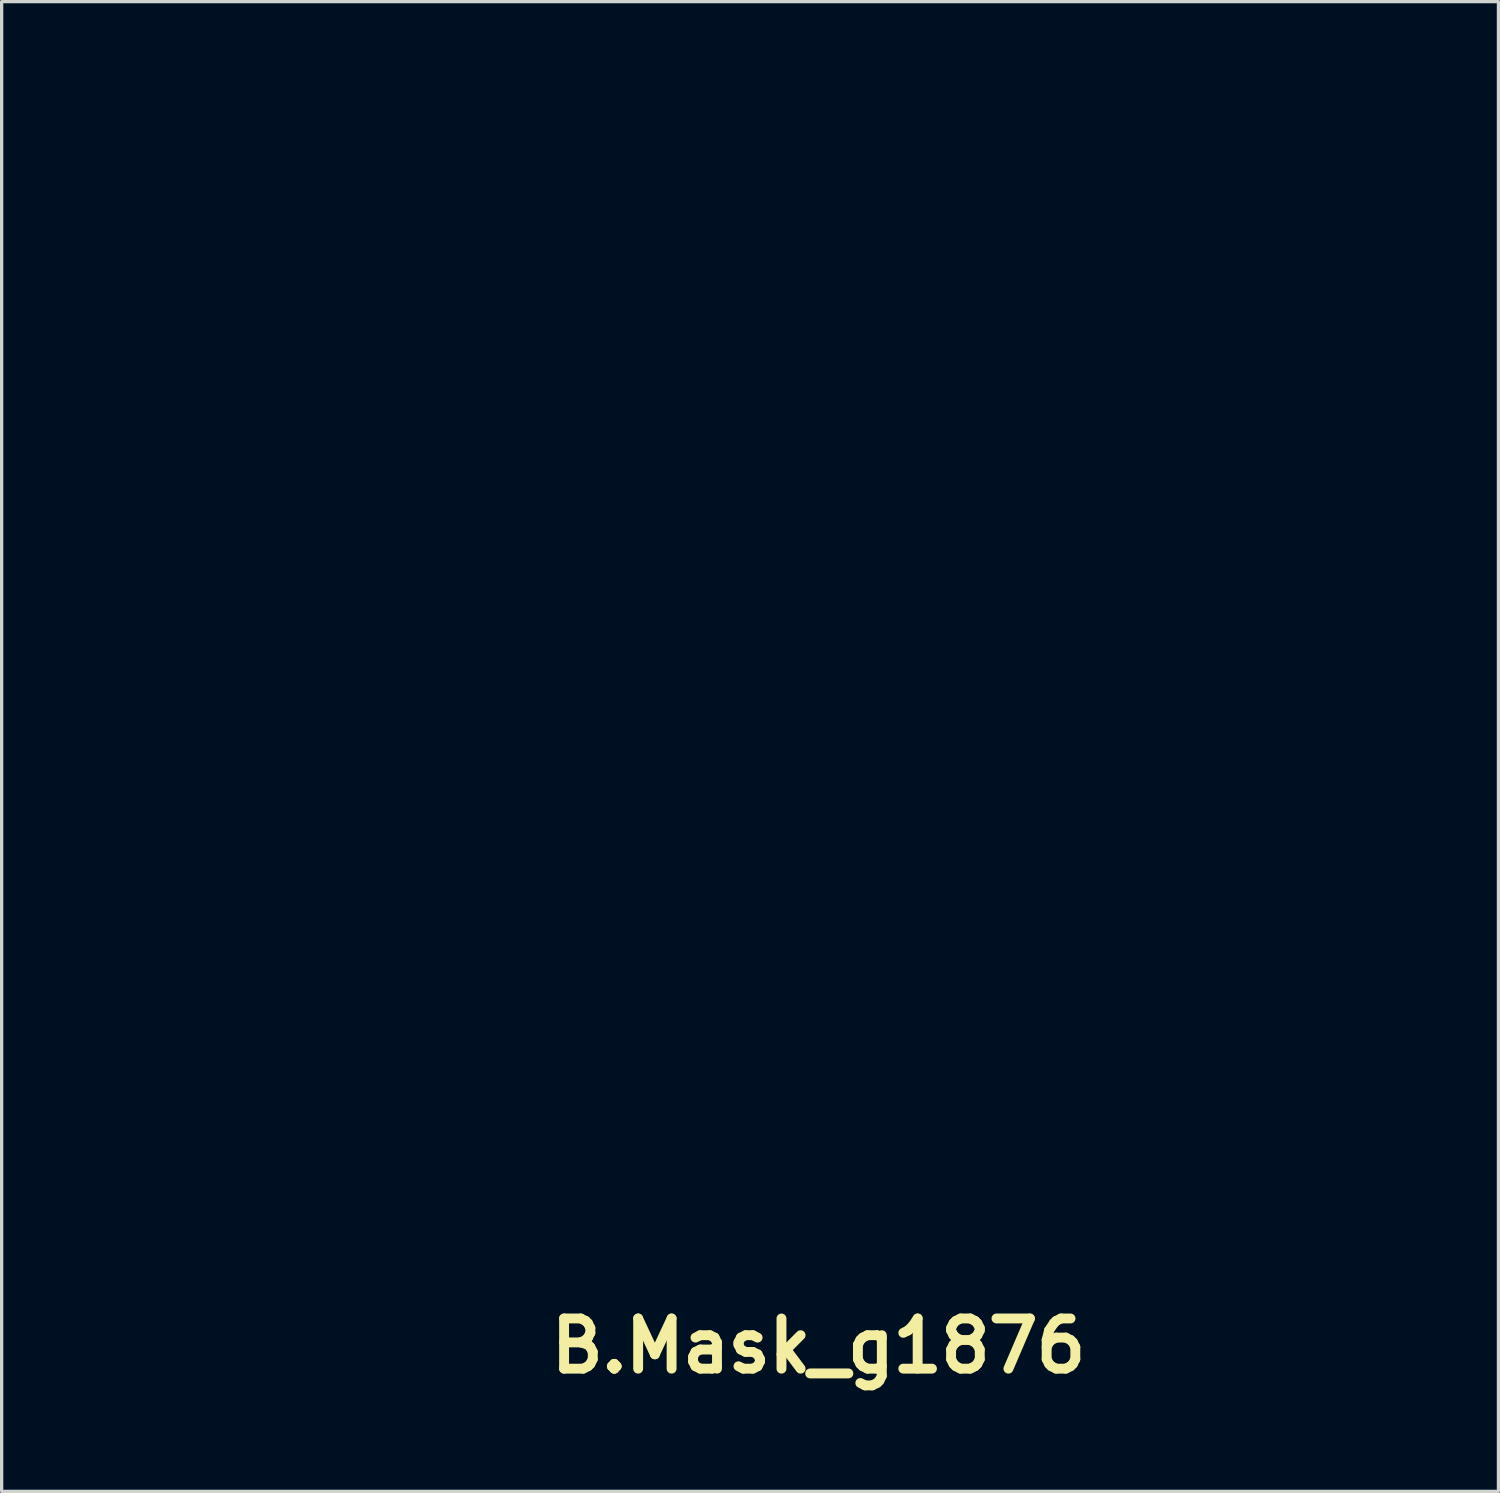
<source format=kicad_pcb>
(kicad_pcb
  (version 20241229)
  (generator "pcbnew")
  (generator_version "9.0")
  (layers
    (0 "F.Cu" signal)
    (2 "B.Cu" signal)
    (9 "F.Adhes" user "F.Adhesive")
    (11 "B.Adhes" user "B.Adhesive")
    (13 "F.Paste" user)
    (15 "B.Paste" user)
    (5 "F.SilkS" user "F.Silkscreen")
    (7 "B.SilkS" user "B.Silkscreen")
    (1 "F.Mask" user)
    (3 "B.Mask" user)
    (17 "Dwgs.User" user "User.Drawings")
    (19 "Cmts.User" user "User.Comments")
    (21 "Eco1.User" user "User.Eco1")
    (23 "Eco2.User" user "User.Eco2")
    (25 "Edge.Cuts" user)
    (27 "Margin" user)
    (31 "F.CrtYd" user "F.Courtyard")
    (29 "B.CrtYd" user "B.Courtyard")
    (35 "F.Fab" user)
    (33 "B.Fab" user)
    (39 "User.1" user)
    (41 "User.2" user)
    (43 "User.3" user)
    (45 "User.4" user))
  (footprint "B.Mask_g1876"
    (layer "F.Cu")
    (at 21.815 37.838)
    (property "Reference" "B.Mask_g1876" (at 0 0 0) (layer "F.SilkS") (effects (font (size 1.524 1.524) (thickness 0.3))))
    (attr through_hole)
    (fp_poly (pts (xy -18.913 -17.765) (xy -18.775 -17.756) (xy -18.656 -17.738) (xy -18.544 -17.707) (xy -18.428 -17.662) (xy -18.309 -17.607) (xy -18.117 -17.49) (xy -17.948 -17.341) (xy -17.806 -17.163) (xy -17.694 -16.963) (xy -17.618 -16.745) (xy -17.601 -16.675) (xy -17.571 -16.42) (xy -17.58 -16.155) (xy -17.629 -15.883) (xy -17.716 -15.607) (xy -17.817 -15.378) (xy -17.968 -15.115) (xy -18.156 -14.861) (xy -18.374 -14.62) (xy -18.615 -14.398) (xy -18.875 -14.203) (xy -19.146 -14.039) (xy -19.197 -14.013) (xy -19.458 -13.898) (xy -19.727 -13.812) (xy -19.997 -13.754) (xy -20.259 -13.728) (xy -20.505 -13.734) (xy -20.543 -13.738) (xy -20.79 -13.787) (xy -21.017 -13.87) (xy -21.222 -13.985) (xy -21.399 -14.131) (xy -21.43 -14.163) (xy -21.583 -14.354) (xy -21.697 -14.562) (xy -21.773 -14.787) (xy -21.81 -15.028) (xy -21.808 -15.285) (xy -21.768 -15.555) (xy -21.727 -15.718) (xy -21.625 -15.996) (xy -21.486 -16.269) (xy -21.312 -16.532) (xy -21.109 -16.781) (xy -20.88 -17.011) (xy -20.631 -17.218) (xy -20.364 -17.397) (xy -20.084 -17.543) (xy -19.973 -17.591) (xy -19.779 -17.662) (xy -19.605 -17.712) (xy -19.437 -17.745) (xy -19.26 -17.762) (xy -19.082 -17.767) (xy -18.913 -17.765)) (stroke (width 0.01) (type solid)) (fill yes) (layer "B.Mask"))
    (fp_poly (pts (xy 5.321 -37.827) (xy 5.46 -37.815) (xy 5.606 -37.799) (xy 5.751 -37.778) (xy 5.887 -37.754) (xy 5.995 -37.73) (xy 6.333 -37.633) (xy 6.68 -37.516) (xy 7.029 -37.379) (xy 7.374 -37.228) (xy 7.705 -37.066) (xy 8.015 -36.896) (xy 8.297 -36.722) (xy 8.514 -36.569) (xy 8.596 -36.505) (xy 8.663 -36.446) (xy 8.721 -36.385) (xy 8.775 -36.313) (xy 8.833 -36.224) (xy 8.9 -36.109) (xy 8.949 -36.022) (xy 9.008 -35.917) (xy 9.067 -35.815) (xy 9.118 -35.729) (xy 9.157 -35.667) (xy 9.164 -35.658) (xy 9.235 -35.571) (xy 9.301 -35.525) (xy 9.365 -35.521) (xy 9.426 -35.557) (xy 9.44 -35.57) (xy 9.464 -35.599) (xy 9.477 -35.63) (xy 9.482 -35.674) (xy 9.48 -35.742) (xy 9.476 -35.797) (xy 9.463 -35.906) (xy 9.435 -36.044) (xy 9.393 -36.215) (xy 9.346 -36.383) (xy 9.286 -36.6) (xy 9.242 -36.783) (xy 9.212 -36.936) (xy 9.195 -37.065) (xy 9.192 -37.173) (xy 9.2 -37.266) (xy 9.204 -37.285) (xy 9.241 -37.413) (xy 9.297 -37.507) (xy 9.375 -37.574) (xy 9.408 -37.592) (xy 9.473 -37.619) (xy 9.524 -37.626) (xy 9.583 -37.615) (xy 9.585 -37.614) (xy 9.673 -37.58) (xy 9.772 -37.521) (xy 9.884 -37.434) (xy 10.013 -37.318) (xy 10.162 -37.17) (xy 10.215 -37.115) (xy 10.398 -36.918) (xy 10.551 -36.743) (xy 10.68 -36.584) (xy 10.786 -36.438) (xy 10.875 -36.298) (xy 10.949 -36.16) (xy 11.008 -36.031) (xy 11.046 -35.935) (xy 11.078 -35.847) (xy 11.103 -35.761) (xy 11.124 -35.67) (xy 11.14 -35.57) (xy 11.154 -35.452) (xy 11.165 -35.312) (xy 11.175 -35.143) (xy 11.184 -34.94) (xy 11.186 -34.893) (xy 11.2 -34.617) (xy 11.216 -34.379) (xy 11.235 -34.175) (xy 11.257 -34) (xy 11.285 -33.85) (xy 11.317 -33.72) (xy 11.355 -33.606) (xy 11.4 -33.505) (xy 11.439 -33.434) (xy 11.498 -33.352) (xy 11.565 -33.287) (xy 11.632 -33.246) (xy 11.688 -33.235) (xy 11.728 -33.251) (xy 11.76 -33.286) (xy 11.785 -33.347) (xy 11.804 -33.437) (xy 11.818 -33.56) (xy 11.828 -33.721) (xy 11.829 -33.732) (xy 11.836 -33.865) (xy 11.844 -33.965) (xy 11.854 -34.042) (xy 11.867 -34.105) (xy 11.885 -34.163) (xy 11.904 -34.21) (xy 11.965 -34.352) (xy 12.02 -34.455) (xy 12.071 -34.522) (xy 12.12 -34.556) (xy 12.171 -34.56) (xy 12.223 -34.536) (xy 12.273 -34.491) (xy 12.338 -34.412) (xy 12.417 -34.304) (xy 12.505 -34.174) (xy 12.6 -34.024) (xy 12.699 -33.86) (xy 12.8 -33.688) (xy 12.899 -33.511) (xy 12.994 -33.335) (xy 13.082 -33.165) (xy 13.16 -33.005) (xy 13.225 -32.861) (xy 13.274 -32.736) (xy 13.289 -32.693) (xy 13.308 -32.632) (xy 13.326 -32.558) (xy 13.345 -32.47) (xy 13.366 -32.363) (xy 13.388 -32.233) (xy 13.412 -32.077) (xy 13.439 -31.892) (xy 13.47 -31.673) (xy 13.506 -31.417) (xy 13.518 -31.327) (xy 13.551 -31.111) (xy 13.589 -30.931) (xy 13.634 -30.781) (xy 13.687 -30.656) (xy 13.751 -30.547) (xy 13.828 -30.451) (xy 13.842 -30.436) (xy 13.919 -30.373) (xy 13.991 -30.353) (xy 14.058 -30.374) (xy 14.121 -30.437) (xy 14.168 -30.514) (xy 14.183 -30.556) (xy 14.204 -30.632) (xy 14.229 -30.732) (xy 14.255 -30.85) (xy 14.278 -30.955) (xy 14.312 -31.118) (xy 14.34 -31.247) (xy 14.366 -31.347) (xy 14.39 -31.427) (xy 14.416 -31.493) (xy 14.444 -31.552) (xy 14.468 -31.594) (xy 14.52 -31.667) (xy 14.588 -31.74) (xy 14.661 -31.803) (xy 14.728 -31.847) (xy 14.767 -31.862) (xy 14.865 -31.86) (xy 14.963 -31.821) (xy 15.056 -31.749) (xy 15.137 -31.649) (xy 15.185 -31.561) (xy 15.211 -31.493) (xy 15.246 -31.392) (xy 15.286 -31.266) (xy 15.329 -31.123) (xy 15.372 -30.972) (xy 15.415 -30.821) (xy 15.453 -30.677) (xy 15.485 -30.549) (xy 15.508 -30.446) (xy 15.509 -30.44) (xy 15.528 -30.305) (xy 15.54 -30.142) (xy 15.545 -29.96) (xy 15.542 -29.774) (xy 15.532 -29.594) (xy 15.514 -29.433) (xy 15.508 -29.39) (xy 15.466 -29.179) (xy 15.407 -28.936) (xy 15.331 -28.661) (xy 15.237 -28.35) (xy 15.166 -28.131) (xy 15.094 -27.907) (xy 15.036 -27.717) (xy 14.992 -27.557) (xy 14.961 -27.421) (xy 14.941 -27.304) (xy 14.932 -27.202) (xy 14.933 -27.109) (xy 14.942 -27.019) (xy 14.946 -26.992) (xy 14.98 -26.868) (xy 15.031 -26.781) (xy 15.102 -26.73) (xy 15.194 -26.712) (xy 15.196 -26.712) (xy 15.317 -26.732) (xy 15.447 -26.788) (xy 15.584 -26.879) (xy 15.717 -26.997) (xy 15.811 -27.098) (xy 15.904 -27.215) (xy 16 -27.353) (xy 16.103 -27.517) (xy 16.218 -27.713) (xy 16.256 -27.781) (xy 16.39 -28.013) (xy 16.513 -28.206) (xy 16.626 -28.362) (xy 16.73 -28.483) (xy 16.827 -28.571) (xy 16.868 -28.599) (xy 16.951 -28.644) (xy 17.017 -28.657) (xy 17.076 -28.639) (xy 17.11 -28.616) (xy 17.15 -28.574) (xy 17.182 -28.513) (xy 17.206 -28.431) (xy 17.224 -28.321) (xy 17.236 -28.178) (xy 17.244 -27.998) (xy 17.245 -27.993) (xy 17.24 -27.616) (xy 17.201 -27.253) (xy 17.126 -26.895) (xy 17.014 -26.532) (xy 16.964 -26.398) (xy 16.903 -26.247) (xy 16.842 -26.11) (xy 16.779 -25.981) (xy 16.708 -25.854) (xy 16.627 -25.722) (xy 16.531 -25.578) (xy 16.417 -25.417) (xy 16.281 -25.232) (xy 16.231 -25.166) (xy 16.089 -24.975) (xy 15.973 -24.811) (xy 15.88 -24.669) (xy 15.807 -24.546) (xy 15.752 -24.436) (xy 15.713 -24.336) (xy 15.687 -24.24) (xy 15.672 -24.144) (xy 15.669 -24.104) (xy 15.669 -23.961) (xy 15.69 -23.848) (xy 15.732 -23.766) (xy 15.793 -23.718) (xy 15.853 -23.707) (xy 15.891 -23.712) (xy 15.938 -23.73) (xy 15.998 -23.762) (xy 16.076 -23.812) (xy 16.174 -23.882) (xy 16.299 -23.975) (xy 16.404 -24.056) (xy 16.629 -24.227) (xy 16.824 -24.371) (xy 16.993 -24.489) (xy 17.138 -24.584) (xy 17.262 -24.657) (xy 17.367 -24.709) (xy 17.456 -24.742) (xy 17.508 -24.755) (xy 17.563 -24.76) (xy 17.598 -24.745) (xy 17.619 -24.72) (xy 17.64 -24.662) (xy 17.65 -24.569) (xy 17.65 -24.448) (xy 17.639 -24.304) (xy 17.618 -24.142) (xy 17.589 -23.97) (xy 17.551 -23.793) (xy 17.537 -23.738) (xy 17.492 -23.595) (xy 17.423 -23.428) (xy 17.335 -23.244) (xy 17.232 -23.051) (xy 17.118 -22.858) (xy 17.057 -22.763) (xy 16.943 -22.602) (xy 16.817 -22.449) (xy 16.687 -22.31) (xy 16.558 -22.192) (xy 16.437 -22.101) (xy 16.353 -22.053) (xy 16.19 -21.996) (xy 16.03 -21.975) (xy 15.879 -21.991) (xy 15.822 -22.008) (xy 15.696 -22.065) (xy 15.564 -22.147) (xy 15.426 -22.255) (xy 15.279 -22.392) (xy 15.12 -22.56) (xy 14.948 -22.76) (xy 14.76 -22.996) (xy 14.662 -23.124) (xy 14.567 -23.249) (xy 14.462 -23.382) (xy 14.359 -23.511) (xy 14.264 -23.625) (xy 14.204 -23.696) (xy 13.946 -23.995) (xy 13.717 -24.271) (xy 13.513 -24.527) (xy 13.331 -24.767) (xy 13.168 -24.997) (xy 13.021 -25.221) (xy 12.887 -25.443) (xy 12.762 -25.667) (xy 12.664 -25.858) (xy 12.584 -26.022) (xy 12.523 -26.154) (xy 12.481 -26.258) (xy 12.457 -26.339) (xy 12.448 -26.401) (xy 12.454 -26.448) (xy 12.474 -26.485) (xy 12.486 -26.498) (xy 12.526 -26.527) (xy 12.579 -26.54) (xy 12.648 -26.536) (xy 12.738 -26.516) (xy 12.853 -26.478) (xy 12.997 -26.421) (xy 13.155 -26.353) (xy 13.296 -26.292) (xy 13.406 -26.249) (xy 13.49 -26.223) (xy 13.555 -26.213) (xy 13.607 -26.215) (xy 13.638 -26.224) (xy 13.693 -26.259) (xy 13.73 -26.32) (xy 13.751 -26.412) (xy 13.758 -26.539) (xy 13.758 -26.552) (xy 13.747 -26.717) (xy 13.711 -26.856) (xy 13.648 -26.978) (xy 13.612 -27.027) (xy 13.56 -27.08) (xy 13.479 -27.147) (xy 13.376 -27.224) (xy 13.257 -27.305) (xy 13.132 -27.385) (xy 13.007 -27.459) (xy 12.943 -27.493) (xy 12.8 -27.574) (xy 12.646 -27.671) (xy 12.49 -27.775) (xy 12.345 -27.88) (xy 12.22 -27.977) (xy 12.162 -28.028) (xy 12.068 -28.12) (xy 11.961 -28.236) (xy 11.844 -28.37) (xy 11.723 -28.516) (xy 11.603 -28.666) (xy 11.49 -28.815) (xy 11.388 -28.955) (xy 11.304 -29.08) (xy 11.243 -29.182) (xy 11.231 -29.205) (xy 11.174 -29.339) (xy 11.137 -29.481) (xy 11.115 -29.645) (xy 11.108 -29.792) (xy 11.108 -29.919) (xy 11.117 -30.014) (xy 11.136 -30.085) (xy 11.17 -30.143) (xy 11.221 -30.196) (xy 11.24 -30.212) (xy 11.344 -30.274) (xy 11.474 -30.304) (xy 11.631 -30.303) (xy 11.816 -30.272) (xy 12.012 -30.214) (xy 12.195 -30.161) (xy 12.36 -30.13) (xy 12.502 -30.122) (xy 12.614 -30.138) (xy 12.625 -30.141) (xy 12.703 -30.187) (xy 12.759 -30.262) (xy 12.784 -30.351) (xy 12.785 -30.365) (xy 12.77 -30.444) (xy 12.73 -30.537) (xy 12.672 -30.629) (xy 12.605 -30.709) (xy 12.587 -30.725) (xy 12.483 -30.804) (xy 12.365 -30.872) (xy 12.228 -30.93) (xy 12.064 -30.981) (xy 11.87 -31.028) (xy 11.639 -31.071) (xy 11.635 -31.072) (xy 11.394 -31.118) (xy 11.184 -31.169) (xy 10.992 -31.229) (xy 10.806 -31.303) (xy 10.647 -31.377) (xy 10.534 -31.434) (xy 10.402 -31.502) (xy 10.255 -31.579) (xy 10.1 -31.661) (xy 9.943 -31.744) (xy 9.79 -31.826) (xy 9.647 -31.904) (xy 9.519 -31.974) (xy 9.414 -32.033) (xy 9.336 -32.078) (xy 9.303 -32.098) (xy 9.227 -32.149) (xy 9.135 -32.215) (xy 9.032 -32.291) (xy 8.925 -32.373) (xy 8.82 -32.455) (xy 8.723 -32.533) (xy 8.641 -32.601) (xy 8.579 -32.655) (xy 8.544 -32.691) (xy 8.54 -32.695) (xy 8.516 -32.762) (xy 8.528 -32.823) (xy 8.572 -32.867) (xy 8.586 -32.873) (xy 8.622 -32.88) (xy 8.694 -32.887) (xy 8.795 -32.895) (xy 8.919 -32.902) (xy 9.06 -32.909) (xy 9.173 -32.914) (xy 9.369 -32.922) (xy 9.528 -32.931) (xy 9.655 -32.942) (xy 9.755 -32.955) (xy 9.833 -32.972) (xy 9.895 -32.993) (xy 9.945 -33.02) (xy 9.977 -33.043) (xy 10.025 -33.1) (xy 10.031 -33.162) (xy 9.998 -33.225) (xy 9.927 -33.287) (xy 9.9 -33.303) (xy 9.852 -33.328) (xy 9.795 -33.349) (xy 9.724 -33.367) (xy 9.634 -33.384) (xy 9.517 -33.401) (xy 9.368 -33.419) (xy 9.239 -33.433) (xy 8.95 -33.468) (xy 8.695 -33.508) (xy 8.471 -33.558) (xy 8.268 -33.617) (xy 8.082 -33.689) (xy 7.906 -33.776) (xy 7.732 -33.88) (xy 7.606 -33.966) (xy 7.555 -34.003) (xy 7.481 -34.059) (xy 7.388 -34.131) (xy 7.281 -34.215) (xy 7.164 -34.307) (xy 7.041 -34.404) (xy 6.917 -34.503) (xy 6.795 -34.6) (xy 6.682 -34.691) (xy 6.58 -34.773) (xy 6.495 -34.842) (xy 6.43 -34.896) (xy 6.391 -34.93) (xy 6.38 -34.941) (xy 6.402 -34.943) (xy 6.46 -34.947) (xy 6.55 -34.952) (xy 6.667 -34.959) (xy 6.806 -34.967) (xy 6.96 -34.975) (xy 7.018 -34.978) (xy 7.247 -34.99) (xy 7.437 -35.002) (xy 7.594 -35.016) (xy 7.721 -35.031) (xy 7.823 -35.049) (xy 7.904 -35.071) (xy 7.968 -35.097) (xy 8.019 -35.13) (xy 8.062 -35.169) (xy 8.1 -35.216) (xy 8.107 -35.225) (xy 8.15 -35.289) (xy 8.166 -35.333) (xy 8.157 -35.369) (xy 8.123 -35.407) (xy 8.122 -35.407) (xy 8.077 -35.443) (xy 8.019 -35.473) (xy 7.942 -35.501) (xy 7.84 -35.527) (xy 7.706 -35.554) (xy 7.604 -35.572) (xy 7.472 -35.597) (xy 7.35 -35.624) (xy 7.251 -35.651) (xy 7.182 -35.676) (xy 7.181 -35.676) (xy 7.134 -35.703) (xy 7.075 -35.745) (xy 7 -35.806) (xy 6.907 -35.89) (xy 6.792 -35.999) (xy 6.683 -36.104) (xy 6.349 -36.42) (xy 6.033 -36.699) (xy 5.733 -36.943) (xy 5.448 -37.153) (xy 5.175 -37.331) (xy 5.138 -37.353) (xy 5.048 -37.409) (xy 4.97 -37.463) (xy 4.911 -37.508) (xy 4.882 -37.538) (xy 4.849 -37.618) (xy 4.855 -37.693) (xy 4.9 -37.757) (xy 4.98 -37.806) (xy 5.034 -37.824) (xy 5.099 -37.832) (xy 5.198 -37.833) (xy 5.321 -37.827)) (stroke (width 0.01) (type solid)) (fill yes) (layer "B.Mask"))
    (fp_poly (pts (xy -7.969 -37.66) (xy -7.895 -37.646) (xy -7.84 -37.606) (xy -7.836 -37.601) (xy -7.806 -37.553) (xy -7.801 -37.504) (xy -7.823 -37.452) (xy -7.876 -37.393) (xy -7.961 -37.325) (xy -8.081 -37.245) (xy -8.191 -37.177) (xy -8.335 -37.089) (xy -8.475 -36.997) (xy -8.615 -36.899) (xy -8.76 -36.79) (xy -8.916 -36.667) (xy -9.085 -36.527) (xy -9.274 -36.365) (xy -9.487 -36.178) (xy -9.561 -36.112) (xy -9.738 -35.958) (xy -9.892 -35.831) (xy -10.029 -35.726) (xy -10.155 -35.641) (xy -10.275 -35.569) (xy -10.32 -35.545) (xy -10.427 -35.493) (xy -10.528 -35.452) (xy -10.636 -35.417) (xy -10.761 -35.387) (xy -10.915 -35.356) (xy -10.945 -35.351) (xy -11.048 -35.329) (xy -11.146 -35.304) (xy -11.225 -35.279) (xy -11.258 -35.265) (xy -11.32 -35.226) (xy -11.385 -35.176) (xy -11.444 -35.121) (xy -11.488 -35.071) (xy -11.509 -35.034) (xy -11.509 -35.024) (xy -11.487 -34.994) (xy -11.438 -34.967) (xy -11.361 -34.943) (xy -11.254 -34.921) (xy -11.113 -34.901) (xy -10.937 -34.883) (xy -10.723 -34.866) (xy -10.508 -34.852) (xy -10.304 -34.839) (xy -10.139 -34.829) (xy -10.007 -34.819) (xy -9.904 -34.811) (xy -9.826 -34.802) (xy -9.768 -34.793) (xy -9.727 -34.784) (xy -9.697 -34.773) (xy -9.674 -34.76) (xy -9.662 -34.751) (xy -9.62 -34.706) (xy -9.611 -34.657) (xy -9.636 -34.603) (xy -9.696 -34.54) (xy -9.794 -34.466) (xy -9.853 -34.427) (xy -9.942 -34.365) (xy -10.046 -34.284) (xy -10.151 -34.196) (xy -10.22 -34.135) (xy -10.483 -33.916) (xy -10.777 -33.719) (xy -11.07 -33.562) (xy -11.208 -33.499) (xy -11.34 -33.446) (xy -11.474 -33.401) (xy -11.614 -33.364) (xy -11.768 -33.332) (xy -11.94 -33.305) (xy -12.138 -33.281) (xy -12.367 -33.26) (xy -12.584 -33.242) (xy -12.804 -33.225) (xy -12.986 -33.21) (xy -13.136 -33.196) (xy -13.258 -33.182) (xy -13.356 -33.167) (xy -13.435 -33.152) (xy -13.501 -33.136) (xy -13.557 -33.117) (xy -13.571 -33.111) (xy -13.623 -33.087) (xy -13.646 -33.059) (xy -13.652 -33.01) (xy -13.652 -32.99) (xy -13.641 -32.914) (xy -13.603 -32.855) (xy -13.533 -32.807) (xy -13.425 -32.766) (xy -13.425 -32.766) (xy -13.309 -32.735) (xy -13.18 -32.712) (xy -13.031 -32.695) (xy -12.855 -32.684) (xy -12.646 -32.679) (xy -12.587 -32.679) (xy -12.444 -32.677) (xy -12.296 -32.674) (xy -12.157 -32.67) (xy -12.039 -32.666) (xy -11.982 -32.663) (xy -11.761 -32.65) (xy -12.194 -32.247) (xy -12.413 -32.045) (xy -12.605 -31.87) (xy -12.774 -31.72) (xy -12.922 -31.592) (xy -13.053 -31.483) (xy -13.171 -31.391) (xy -13.278 -31.313) (xy -13.379 -31.247) (xy -13.475 -31.189) (xy -13.57 -31.138) (xy -13.595 -31.126) (xy -13.692 -31.079) (xy -13.781 -31.041) (xy -13.869 -31.009) (xy -13.96 -30.983) (xy -14.062 -30.961) (xy -14.179 -30.942) (xy -14.318 -30.925) (xy -14.484 -30.909) (xy -14.685 -30.893) (xy -14.796 -30.885) (xy -14.952 -30.87) (xy -15.072 -30.849) (xy -15.165 -30.82) (xy -15.236 -30.782) (xy -15.292 -30.731) (xy -15.298 -30.724) (xy -15.341 -30.67) (xy -15.401 -30.591) (xy -15.469 -30.496) (xy -15.539 -30.397) (xy -15.604 -30.304) (xy -15.655 -30.226) (xy -15.679 -30.188) (xy -15.721 -30.1) (xy -15.75 -30.006) (xy -15.761 -29.921) (xy -15.753 -29.856) (xy -15.749 -29.846) (xy -15.731 -29.823) (xy -15.705 -29.81) (xy -15.665 -29.808) (xy -15.607 -29.817) (xy -15.526 -29.839) (xy -15.417 -29.875) (xy -15.275 -29.925) (xy -15.219 -29.946) (xy -15.017 -30.018) (xy -14.842 -30.077) (xy -14.683 -30.125) (xy -14.529 -30.167) (xy -14.368 -30.204) (xy -14.189 -30.242) (xy -14.161 -30.247) (xy -14.039 -30.272) (xy -13.924 -30.297) (xy -13.825 -30.32) (xy -13.754 -30.338) (xy -13.733 -30.344) (xy -13.661 -30.363) (xy -13.595 -30.371) (xy -13.574 -30.37) (xy -13.532 -30.358) (xy -13.513 -30.327) (xy -13.508 -30.293) (xy -13.519 -30.222) (xy -13.563 -30.131) (xy -13.64 -30.019) (xy -13.752 -29.885) (xy -13.898 -29.729) (xy -13.901 -29.726) (xy -13.998 -29.621) (xy -14.11 -29.493) (xy -14.225 -29.352) (xy -14.336 -29.21) (xy -14.383 -29.148) (xy -14.473 -29.026) (xy -14.567 -28.9) (xy -14.656 -28.78) (xy -14.735 -28.675) (xy -14.789 -28.604) (xy -14.864 -28.504) (xy -14.941 -28.393) (xy -15.009 -28.289) (xy -15.042 -28.234) (xy -15.227 -27.947) (xy -15.43 -27.695) (xy -15.649 -27.479) (xy -15.865 -27.314) (xy -15.959 -27.256) (xy -16.082 -27.187) (xy -16.224 -27.11) (xy -16.377 -27.031) (xy -16.53 -26.956) (xy -16.675 -26.888) (xy -16.707 -26.874) (xy -16.833 -26.802) (xy -16.942 -26.711) (xy -17.023 -26.608) (xy -17.047 -26.564) (xy -17.071 -26.487) (xy -17.088 -26.383) (xy -17.099 -26.266) (xy -17.102 -26.145) (xy -17.097 -26.033) (xy -17.085 -25.941) (xy -17.067 -25.887) (xy -17.041 -25.843) (xy -17.013 -25.821) (xy -16.967 -25.814) (xy -16.923 -25.814) (xy -16.874 -25.818) (xy -16.819 -25.831) (xy -16.75 -25.855) (xy -16.66 -25.892) (xy -16.543 -25.945) (xy -16.489 -25.971) (xy -16.314 -26.052) (xy -16.171 -26.116) (xy -16.055 -26.163) (xy -15.962 -26.197) (xy -15.887 -26.218) (xy -15.823 -26.229) (xy -15.785 -26.232) (xy -15.699 -26.222) (xy -15.641 -26.188) (xy -15.61 -26.127) (xy -15.606 -26.038) (xy -15.628 -25.918) (xy -15.662 -25.801) (xy -15.696 -25.705) (xy -15.735 -25.609) (xy -15.779 -25.51) (xy -15.832 -25.404) (xy -15.896 -25.288) (xy -15.972 -25.157) (xy -16.063 -25.008) (xy -16.171 -24.838) (xy -16.297 -24.643) (xy -16.445 -24.419) (xy -16.553 -24.257) (xy -16.646 -24.116) (xy -16.737 -23.977) (xy -16.823 -23.844) (xy -16.898 -23.727) (xy -16.958 -23.632) (xy -16.996 -23.569) (xy -17.173 -23.27) (xy -17.334 -23.007) (xy -17.48 -22.778) (xy -17.613 -22.582) (xy -17.733 -22.415) (xy -17.843 -22.276) (xy -17.944 -22.162) (xy -18.039 -22.073) (xy -18.127 -22.005) (xy -18.201 -21.961) (xy -18.36 -21.9) (xy -18.545 -21.861) (xy -18.743 -21.846) (xy -18.941 -21.856) (xy -19.07 -21.877) (xy -19.2 -21.911) (xy -19.311 -21.955) (xy -19.408 -22.015) (xy -19.495 -22.093) (xy -19.579 -22.197) (xy -19.665 -22.33) (xy -19.756 -22.497) (xy -19.785 -22.553) (xy -19.963 -22.914) (xy -20.117 -23.246) (xy -20.247 -23.546) (xy -20.353 -23.816) (xy -20.435 -24.055) (xy -20.492 -24.261) (xy -20.524 -24.434) (xy -20.532 -24.545) (xy -20.525 -24.648) (xy -20.5 -24.714) (xy -20.454 -24.751) (xy -20.381 -24.763) (xy -20.33 -24.761) (xy -20.25 -24.747) (xy -20.16 -24.716) (xy -20.056 -24.665) (xy -19.931 -24.591) (xy -19.822 -24.522) (xy -19.609 -24.381) (xy -19.428 -24.263) (xy -19.276 -24.164) (xy -19.15 -24.084) (xy -19.045 -24.02) (xy -18.96 -23.971) (xy -18.891 -23.934) (xy -18.834 -23.908) (xy -18.787 -23.891) (xy -18.745 -23.881) (xy -18.707 -23.877) (xy -18.679 -23.876) (xy -18.608 -23.896) (xy -18.546 -23.949) (xy -18.498 -24.026) (xy -18.469 -24.119) (xy -18.464 -24.219) (xy -18.467 -24.244) (xy -18.483 -24.31) (xy -18.515 -24.403) (xy -18.558 -24.515) (xy -18.609 -24.636) (xy -18.662 -24.757) (xy -18.715 -24.867) (xy -18.762 -24.957) (xy -18.772 -24.975) (xy -18.808 -25.027) (xy -18.866 -25.106) (xy -18.943 -25.207) (xy -19.034 -25.322) (xy -19.135 -25.448) (xy -19.242 -25.578) (xy -19.262 -25.601) (xy -19.438 -25.815) (xy -19.587 -26.003) (xy -19.712 -26.168) (xy -19.815 -26.316) (xy -19.9 -26.45) (xy -19.967 -26.574) (xy -20.021 -26.692) (xy -20.064 -26.809) (xy -20.091 -26.9) (xy -20.119 -27.039) (xy -20.133 -27.191) (xy -20.135 -27.348) (xy -20.124 -27.504) (xy -20.104 -27.653) (xy -20.073 -27.786) (xy -20.034 -27.898) (xy -19.986 -27.981) (xy -19.936 -28.026) (xy -19.877 -28.048) (xy -19.814 -28.052) (xy -19.744 -28.036) (xy -19.665 -27.999) (xy -19.576 -27.938) (xy -19.474 -27.852) (xy -19.357 -27.74) (xy -19.224 -27.599) (xy -19.071 -27.428) (xy -18.898 -27.226) (xy -18.753 -27.052) (xy -18.613 -26.894) (xy -18.473 -26.756) (xy -18.337 -26.64) (xy -18.207 -26.549) (xy -18.086 -26.483) (xy -17.979 -26.445) (xy -17.887 -26.437) (xy -17.816 -26.461) (xy -17.783 -26.491) (xy -17.758 -26.541) (xy -17.733 -26.617) (xy -17.716 -26.697) (xy -17.699 -26.888) (xy -17.709 -27.107) (xy -17.743 -27.349) (xy -17.801 -27.611) (xy -17.882 -27.887) (xy -17.985 -28.172) (xy -18.108 -28.463) (xy -18.136 -28.524) (xy -18.229 -28.728) (xy -18.301 -28.904) (xy -18.356 -29.062) (xy -18.394 -29.208) (xy -18.419 -29.353) (xy -18.432 -29.503) (xy -18.436 -29.668) (xy -18.436 -29.669) (xy -18.425 -29.907) (xy -18.391 -30.138) (xy -18.332 -30.371) (xy -18.244 -30.613) (xy -18.129 -30.872) (xy -18.029 -31.06) (xy -17.932 -31.208) (xy -17.837 -31.315) (xy -17.744 -31.383) (xy -17.651 -31.414) (xy -17.613 -31.415) (xy -17.563 -31.407) (xy -17.517 -31.385) (xy -17.473 -31.344) (xy -17.431 -31.283) (xy -17.387 -31.196) (xy -17.34 -31.08) (xy -17.289 -30.932) (xy -17.23 -30.749) (xy -17.196 -30.639) (xy -17.124 -30.418) (xy -17.054 -30.237) (xy -16.984 -30.093) (xy -16.912 -29.982) (xy -16.868 -29.93) (xy -16.783 -29.858) (xy -16.707 -29.827) (xy -16.638 -29.837) (xy -16.575 -29.889) (xy -16.517 -29.983) (xy -16.51 -29.999) (xy -16.448 -30.165) (xy -16.403 -30.364) (xy -16.375 -30.59) (xy -16.363 -30.836) (xy -16.369 -31.097) (xy -16.383 -31.262) (xy -16.394 -31.411) (xy -16.396 -31.549) (xy -16.388 -31.688) (xy -16.368 -31.837) (xy -16.336 -32.005) (xy -16.29 -32.202) (xy -16.287 -32.216) (xy -16.222 -32.455) (xy -16.143 -32.702) (xy -16.052 -32.951) (xy -15.952 -33.198) (xy -15.846 -33.435) (xy -15.737 -33.658) (xy -15.627 -33.861) (xy -15.518 -34.037) (xy -15.414 -34.181) (xy -15.349 -34.255) (xy -15.241 -34.351) (xy -15.135 -34.411) (xy -15.035 -34.436) (xy -14.945 -34.426) (xy -14.868 -34.379) (xy -14.812 -34.303) (xy -14.796 -34.264) (xy -14.783 -34.217) (xy -14.773 -34.155) (xy -14.765 -34.07) (xy -14.757 -33.954) (xy -14.752 -33.847) (xy -14.74 -33.652) (xy -14.723 -33.498) (xy -14.703 -33.38) (xy -14.677 -33.298) (xy -14.646 -33.247) (xy -14.627 -33.232) (xy -14.551 -33.213) (xy -14.472 -33.232) (xy -14.393 -33.286) (xy -14.318 -33.371) (xy -14.249 -33.483) (xy -14.189 -33.619) (xy -14.142 -33.775) (xy -14.129 -33.833) (xy -14.119 -33.904) (xy -14.111 -34.004) (xy -14.104 -34.127) (xy -14.098 -34.262) (xy -14.095 -34.401) (xy -14.094 -34.536) (xy -14.095 -34.658) (xy -14.099 -34.759) (xy -14.105 -34.829) (xy -14.109 -34.848) (xy -14.113 -34.898) (xy -14.112 -34.981) (xy -14.106 -35.087) (xy -14.096 -35.206) (xy -14.083 -35.33) (xy -14.068 -35.449) (xy -14.051 -35.554) (xy -14.034 -35.634) (xy -13.981 -35.802) (xy -13.906 -35.976) (xy -13.804 -36.164) (xy -13.674 -36.372) (xy -13.658 -36.396) (xy -13.504 -36.614) (xy -13.345 -36.816) (xy -13.185 -37.001) (xy -13.027 -37.164) (xy -12.874 -37.304) (xy -12.728 -37.417) (xy -12.593 -37.501) (xy -12.472 -37.553) (xy -12.37 -37.571) (xy -12.293 -37.553) (xy -12.229 -37.509) (xy -12.16 -37.447) (xy -12.161 -37.186) (xy -12.162 -37.096) (xy -12.166 -37.013) (xy -12.173 -36.93) (xy -12.185 -36.839) (xy -12.204 -36.731) (xy -12.229 -36.599) (xy -12.262 -36.434) (xy -12.264 -36.428) (xy -12.31 -36.192) (xy -12.345 -35.983) (xy -12.369 -35.804) (xy -12.381 -35.658) (xy -12.382 -35.548) (xy -12.374 -35.486) (xy -12.341 -35.435) (xy -12.277 -35.395) (xy -12.192 -35.373) (xy -12.143 -35.37) (xy -12.063 -35.382) (xy -11.992 -35.422) (xy -11.927 -35.493) (xy -11.867 -35.597) (xy -11.81 -35.737) (xy -11.753 -35.916) (xy -11.746 -35.938) (xy -11.696 -36.105) (xy -11.644 -36.24) (xy -11.586 -36.353) (xy -11.514 -36.454) (xy -11.422 -36.552) (xy -11.304 -36.658) (xy -11.244 -36.708) (xy -10.953 -36.92) (xy -10.631 -37.107) (xy -10.28 -37.268) (xy -9.907 -37.401) (xy -9.513 -37.504) (xy -9.103 -37.576) (xy -9.079 -37.58) (xy -8.977 -37.591) (xy -8.851 -37.604) (xy -8.708 -37.616) (xy -8.557 -37.628) (xy -8.406 -37.639) (xy -8.263 -37.648) (xy -8.138 -37.655) (xy -8.037 -37.659) (xy -7.971 -37.66) (xy -7.969 -37.66)) (stroke (width 0.01) (type solid)) (fill yes) (layer "B.Mask")))
  (gr_rect
    (start -3 -3)
    (end 42.47 42.256)
    (stroke (width 0.1) (type default))
    (fill no)
    (layer "Edge.Cuts")))
</source>
